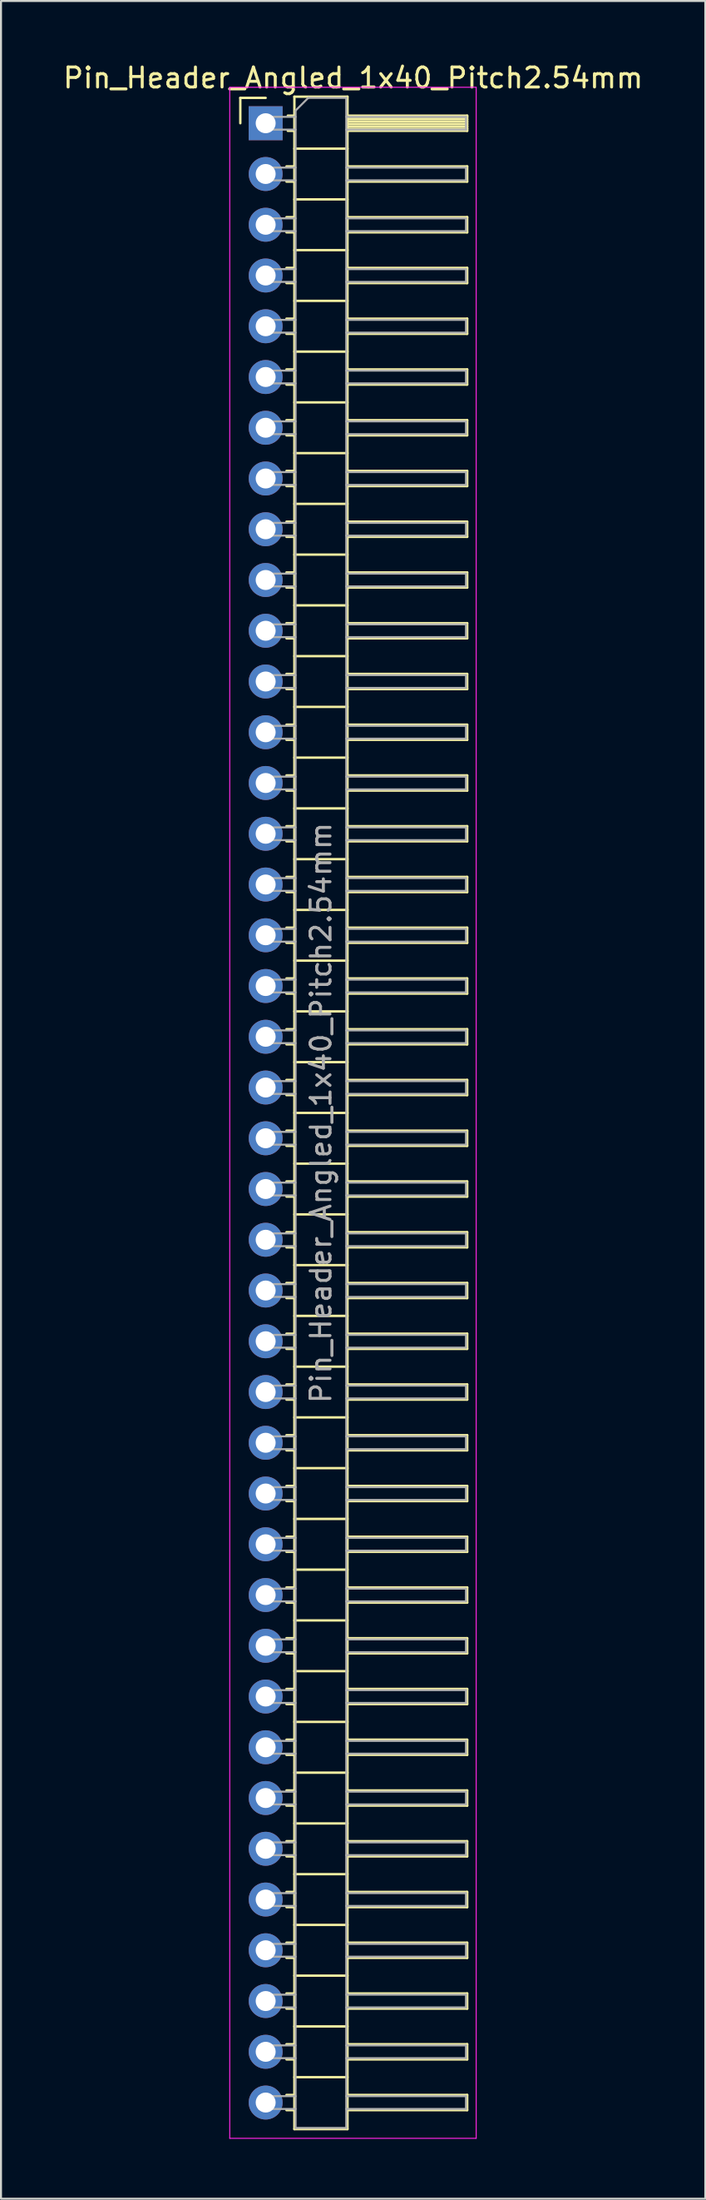
<source format=kicad_pcb>
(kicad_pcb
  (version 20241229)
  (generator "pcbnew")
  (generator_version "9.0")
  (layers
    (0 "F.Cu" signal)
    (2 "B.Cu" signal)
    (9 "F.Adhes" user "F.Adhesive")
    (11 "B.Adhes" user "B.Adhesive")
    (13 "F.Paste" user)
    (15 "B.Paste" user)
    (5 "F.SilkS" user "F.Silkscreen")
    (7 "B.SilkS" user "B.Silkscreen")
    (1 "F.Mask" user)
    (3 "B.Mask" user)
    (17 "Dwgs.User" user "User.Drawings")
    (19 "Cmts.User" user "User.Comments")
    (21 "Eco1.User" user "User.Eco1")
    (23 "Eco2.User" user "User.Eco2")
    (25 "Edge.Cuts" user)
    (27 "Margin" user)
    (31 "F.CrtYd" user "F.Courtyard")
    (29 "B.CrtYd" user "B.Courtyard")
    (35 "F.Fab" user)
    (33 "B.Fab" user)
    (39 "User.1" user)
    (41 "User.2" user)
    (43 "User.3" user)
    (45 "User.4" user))
  (footprint "Pin_Header_Angled_1x40_Pitch2.54mm"
    (layer "F.Cu")
    (at 10.264 3.118)
    (property "Reference" "Pin_Header_Angled_1x40_Pitch2.54mm" (at 4.385 -2.27 0) (layer "F.SilkS") (effects (font (size 1 1) (thickness 0.15))))
    (attr through_hole)
    (fp_line (start -1.27 -1.27) (end 0 -1.27) (stroke (width 0.12) (type solid)) (layer "F.SilkS"))
    (fp_line (start -1.27 0) (end -1.27 -1.27) (stroke (width 0.12) (type solid)) (layer "F.SilkS"))
    (fp_line (start 1.043 2.16) (end 1.44 2.16) (stroke (width 0.12) (type solid)) (layer "F.SilkS"))
    (fp_line (start 1.043 2.92) (end 1.44 2.92) (stroke (width 0.12) (type solid)) (layer "F.SilkS"))
    (fp_line (start 1.043 4.7) (end 1.44 4.7) (stroke (width 0.12) (type solid)) (layer "F.SilkS"))
    (fp_line (start 1.043 5.46) (end 1.44 5.46) (stroke (width 0.12) (type solid)) (layer "F.SilkS"))
    (fp_line (start 1.043 7.24) (end 1.44 7.24) (stroke (width 0.12) (type solid)) (layer "F.SilkS"))
    (fp_line (start 1.043 8) (end 1.44 8) (stroke (width 0.12) (type solid)) (layer "F.SilkS"))
    (fp_line (start 1.043 9.78) (end 1.44 9.78) (stroke (width 0.12) (type solid)) (layer "F.SilkS"))
    (fp_line (start 1.043 10.54) (end 1.44 10.54) (stroke (width 0.12) (type solid)) (layer "F.SilkS"))
    (fp_line (start 1.043 12.32) (end 1.44 12.32) (stroke (width 0.12) (type solid)) (layer "F.SilkS"))
    (fp_line (start 1.043 13.08) (end 1.44 13.08) (stroke (width 0.12) (type solid)) (layer "F.SilkS"))
    (fp_line (start 1.043 14.86) (end 1.44 14.86) (stroke (width 0.12) (type solid)) (layer "F.SilkS"))
    (fp_line (start 1.043 15.62) (end 1.44 15.62) (stroke (width 0.12) (type solid)) (layer "F.SilkS"))
    (fp_line (start 1.043 17.4) (end 1.44 17.4) (stroke (width 0.12) (type solid)) (layer "F.SilkS"))
    (fp_line (start 1.043 18.16) (end 1.44 18.16) (stroke (width 0.12) (type solid)) (layer "F.SilkS"))
    (fp_line (start 1.043 19.94) (end 1.44 19.94) (stroke (width 0.12) (type solid)) (layer "F.SilkS"))
    (fp_line (start 1.043 20.7) (end 1.44 20.7) (stroke (width 0.12) (type solid)) (layer "F.SilkS"))
    (fp_line (start 1.043 22.48) (end 1.44 22.48) (stroke (width 0.12) (type solid)) (layer "F.SilkS"))
    (fp_line (start 1.043 23.24) (end 1.44 23.24) (stroke (width 0.12) (type solid)) (layer "F.SilkS"))
    (fp_line (start 1.043 25.02) (end 1.44 25.02) (stroke (width 0.12) (type solid)) (layer "F.SilkS"))
    (fp_line (start 1.043 25.78) (end 1.44 25.78) (stroke (width 0.12) (type solid)) (layer "F.SilkS"))
    (fp_line (start 1.043 27.56) (end 1.44 27.56) (stroke (width 0.12) (type solid)) (layer "F.SilkS"))
    (fp_line (start 1.043 28.32) (end 1.44 28.32) (stroke (width 0.12) (type solid)) (layer "F.SilkS"))
    (fp_line (start 1.043 30.1) (end 1.44 30.1) (stroke (width 0.12) (type solid)) (layer "F.SilkS"))
    (fp_line (start 1.043 30.86) (end 1.44 30.86) (stroke (width 0.12) (type solid)) (layer "F.SilkS"))
    (fp_line (start 1.043 32.64) (end 1.44 32.64) (stroke (width 0.12) (type solid)) (layer "F.SilkS"))
    (fp_line (start 1.043 33.4) (end 1.44 33.4) (stroke (width 0.12) (type solid)) (layer "F.SilkS"))
    (fp_line (start 1.043 35.18) (end 1.44 35.18) (stroke (width 0.12) (type solid)) (layer "F.SilkS"))
    (fp_line (start 1.043 35.94) (end 1.44 35.94) (stroke (width 0.12) (type solid)) (layer "F.SilkS"))
    (fp_line (start 1.043 37.72) (end 1.44 37.72) (stroke (width 0.12) (type solid)) (layer "F.SilkS"))
    (fp_line (start 1.043 38.48) (end 1.44 38.48) (stroke (width 0.12) (type solid)) (layer "F.SilkS"))
    (fp_line (start 1.043 40.26) (end 1.44 40.26) (stroke (width 0.12) (type solid)) (layer "F.SilkS"))
    (fp_line (start 1.043 41.02) (end 1.44 41.02) (stroke (width 0.12) (type solid)) (layer "F.SilkS"))
    (fp_line (start 1.043 42.8) (end 1.44 42.8) (stroke (width 0.12) (type solid)) (layer "F.SilkS"))
    (fp_line (start 1.043 43.56) (end 1.44 43.56) (stroke (width 0.12) (type solid)) (layer "F.SilkS"))
    (fp_line (start 1.043 45.34) (end 1.44 45.34) (stroke (width 0.12) (type solid)) (layer "F.SilkS"))
    (fp_line (start 1.043 46.1) (end 1.44 46.1) (stroke (width 0.12) (type solid)) (layer "F.SilkS"))
    (fp_line (start 1.043 47.88) (end 1.44 47.88) (stroke (width 0.12) (type solid)) (layer "F.SilkS"))
    (fp_line (start 1.043 48.64) (end 1.44 48.64) (stroke (width 0.12) (type solid)) (layer "F.SilkS"))
    (fp_line (start 1.043 50.42) (end 1.44 50.42) (stroke (width 0.12) (type solid)) (layer "F.SilkS"))
    (fp_line (start 1.043 51.18) (end 1.44 51.18) (stroke (width 0.12) (type solid)) (layer "F.SilkS"))
    (fp_line (start 1.043 52.96) (end 1.44 52.96) (stroke (width 0.12) (type solid)) (layer "F.SilkS"))
    (fp_line (start 1.043 53.72) (end 1.44 53.72) (stroke (width 0.12) (type solid)) (layer "F.SilkS"))
    (fp_line (start 1.043 55.5) (end 1.44 55.5) (stroke (width 0.12) (type solid)) (layer "F.SilkS"))
    (fp_line (start 1.043 56.26) (end 1.44 56.26) (stroke (width 0.12) (type solid)) (layer "F.SilkS"))
    (fp_line (start 1.043 58.04) (end 1.44 58.04) (stroke (width 0.12) (type solid)) (layer "F.SilkS"))
    (fp_line (start 1.043 58.8) (end 1.44 58.8) (stroke (width 0.12) (type solid)) (layer "F.SilkS"))
    (fp_line (start 1.043 60.58) (end 1.44 60.58) (stroke (width 0.12) (type solid)) (layer "F.SilkS"))
    (fp_line (start 1.043 61.34) (end 1.44 61.34) (stroke (width 0.12) (type solid)) (layer "F.SilkS"))
    (fp_line (start 1.043 63.12) (end 1.44 63.12) (stroke (width 0.12) (type solid)) (layer "F.SilkS"))
    (fp_line (start 1.043 63.88) (end 1.44 63.88) (stroke (width 0.12) (type solid)) (layer "F.SilkS"))
    (fp_line (start 1.043 65.66) (end 1.44 65.66) (stroke (width 0.12) (type solid)) (layer "F.SilkS"))
    (fp_line (start 1.043 66.42) (end 1.44 66.42) (stroke (width 0.12) (type solid)) (layer "F.SilkS"))
    (fp_line (start 1.043 68.2) (end 1.44 68.2) (stroke (width 0.12) (type solid)) (layer "F.SilkS"))
    (fp_line (start 1.043 68.96) (end 1.44 68.96) (stroke (width 0.12) (type solid)) (layer "F.SilkS"))
    (fp_line (start 1.043 70.74) (end 1.44 70.74) (stroke (width 0.12) (type solid)) (layer "F.SilkS"))
    (fp_line (start 1.043 71.5) (end 1.44 71.5) (stroke (width 0.12) (type solid)) (layer "F.SilkS"))
    (fp_line (start 1.043 73.28) (end 1.44 73.28) (stroke (width 0.12) (type solid)) (layer "F.SilkS"))
    (fp_line (start 1.043 74.04) (end 1.44 74.04) (stroke (width 0.12) (type solid)) (layer "F.SilkS"))
    (fp_line (start 1.043 75.82) (end 1.44 75.82) (stroke (width 0.12) (type solid)) (layer "F.SilkS"))
    (fp_line (start 1.043 76.58) (end 1.44 76.58) (stroke (width 0.12) (type solid)) (layer "F.SilkS"))
    (fp_line (start 1.043 78.36) (end 1.44 78.36) (stroke (width 0.12) (type solid)) (layer "F.SilkS"))
    (fp_line (start 1.043 79.12) (end 1.44 79.12) (stroke (width 0.12) (type solid)) (layer "F.SilkS"))
    (fp_line (start 1.043 80.9) (end 1.44 80.9) (stroke (width 0.12) (type solid)) (layer "F.SilkS"))
    (fp_line (start 1.043 81.66) (end 1.44 81.66) (stroke (width 0.12) (type solid)) (layer "F.SilkS"))
    (fp_line (start 1.043 83.44) (end 1.44 83.44) (stroke (width 0.12) (type solid)) (layer "F.SilkS"))
    (fp_line (start 1.043 84.2) (end 1.44 84.2) (stroke (width 0.12) (type solid)) (layer "F.SilkS"))
    (fp_line (start 1.043 85.98) (end 1.44 85.98) (stroke (width 0.12) (type solid)) (layer "F.SilkS"))
    (fp_line (start 1.043 86.74) (end 1.44 86.74) (stroke (width 0.12) (type solid)) (layer "F.SilkS"))
    (fp_line (start 1.043 88.52) (end 1.44 88.52) (stroke (width 0.12) (type solid)) (layer "F.SilkS"))
    (fp_line (start 1.043 89.28) (end 1.44 89.28) (stroke (width 0.12) (type solid)) (layer "F.SilkS"))
    (fp_line (start 1.043 91.06) (end 1.44 91.06) (stroke (width 0.12) (type solid)) (layer "F.SilkS"))
    (fp_line (start 1.043 91.82) (end 1.44 91.82) (stroke (width 0.12) (type solid)) (layer "F.SilkS"))
    (fp_line (start 1.043 93.6) (end 1.44 93.6) (stroke (width 0.12) (type solid)) (layer "F.SilkS"))
    (fp_line (start 1.043 94.36) (end 1.44 94.36) (stroke (width 0.12) (type solid)) (layer "F.SilkS"))
    (fp_line (start 1.043 96.14) (end 1.44 96.14) (stroke (width 0.12) (type solid)) (layer "F.SilkS"))
    (fp_line (start 1.043 96.9) (end 1.44 96.9) (stroke (width 0.12) (type solid)) (layer "F.SilkS"))
    (fp_line (start 1.043 98.68) (end 1.44 98.68) (stroke (width 0.12) (type solid)) (layer "F.SilkS"))
    (fp_line (start 1.043 99.44) (end 1.44 99.44) (stroke (width 0.12) (type solid)) (layer "F.SilkS"))
    (fp_line (start 1.11 -0.38) (end 1.44 -0.38) (stroke (width 0.12) (type solid)) (layer "F.SilkS"))
    (fp_line (start 1.11 0.38) (end 1.44 0.38) (stroke (width 0.12) (type solid)) (layer "F.SilkS"))
    (fp_line (start 1.44 -1.33) (end 1.44 100.39) (stroke (width 0.12) (type solid)) (layer "F.SilkS"))
    (fp_line (start 1.44 1.27) (end 4.1 1.27) (stroke (width 0.12) (type solid)) (layer "F.SilkS"))
    (fp_line (start 1.44 3.81) (end 4.1 3.81) (stroke (width 0.12) (type solid)) (layer "F.SilkS"))
    (fp_line (start 1.44 6.35) (end 4.1 6.35) (stroke (width 0.12) (type solid)) (layer "F.SilkS"))
    (fp_line (start 1.44 8.89) (end 4.1 8.89) (stroke (width 0.12) (type solid)) (layer "F.SilkS"))
    (fp_line (start 1.44 11.43) (end 4.1 11.43) (stroke (width 0.12) (type solid)) (layer "F.SilkS"))
    (fp_line (start 1.44 13.97) (end 4.1 13.97) (stroke (width 0.12) (type solid)) (layer "F.SilkS"))
    (fp_line (start 1.44 16.51) (end 4.1 16.51) (stroke (width 0.12) (type solid)) (layer "F.SilkS"))
    (fp_line (start 1.44 19.05) (end 4.1 19.05) (stroke (width 0.12) (type solid)) (layer "F.SilkS"))
    (fp_line (start 1.44 21.59) (end 4.1 21.59) (stroke (width 0.12) (type solid)) (layer "F.SilkS"))
    (fp_line (start 1.44 24.13) (end 4.1 24.13) (stroke (width 0.12) (type solid)) (layer "F.SilkS"))
    (fp_line (start 1.44 26.67) (end 4.1 26.67) (stroke (width 0.12) (type solid)) (layer "F.SilkS"))
    (fp_line (start 1.44 29.21) (end 4.1 29.21) (stroke (width 0.12) (type solid)) (layer "F.SilkS"))
    (fp_line (start 1.44 31.75) (end 4.1 31.75) (stroke (width 0.12) (type solid)) (layer "F.SilkS"))
    (fp_line (start 1.44 34.29) (end 4.1 34.29) (stroke (width 0.12) (type solid)) (layer "F.SilkS"))
    (fp_line (start 1.44 36.83) (end 4.1 36.83) (stroke (width 0.12) (type solid)) (layer "F.SilkS"))
    (fp_line (start 1.44 39.37) (end 4.1 39.37) (stroke (width 0.12) (type solid)) (layer "F.SilkS"))
    (fp_line (start 1.44 41.91) (end 4.1 41.91) (stroke (width 0.12) (type solid)) (layer "F.SilkS"))
    (fp_line (start 1.44 44.45) (end 4.1 44.45) (stroke (width 0.12) (type solid)) (layer "F.SilkS"))
    (fp_line (start 1.44 46.99) (end 4.1 46.99) (stroke (width 0.12) (type solid)) (layer "F.SilkS"))
    (fp_line (start 1.44 49.53) (end 4.1 49.53) (stroke (width 0.12) (type solid)) (layer "F.SilkS"))
    (fp_line (start 1.44 52.07) (end 4.1 52.07) (stroke (width 0.12) (type solid)) (layer "F.SilkS"))
    (fp_line (start 1.44 54.61) (end 4.1 54.61) (stroke (width 0.12) (type solid)) (layer "F.SilkS"))
    (fp_line (start 1.44 57.15) (end 4.1 57.15) (stroke (width 0.12) (type solid)) (layer "F.SilkS"))
    (fp_line (start 1.44 59.69) (end 4.1 59.69) (stroke (width 0.12) (type solid)) (layer "F.SilkS"))
    (fp_line (start 1.44 62.23) (end 4.1 62.23) (stroke (width 0.12) (type solid)) (layer "F.SilkS"))
    (fp_line (start 1.44 64.77) (end 4.1 64.77) (stroke (width 0.12) (type solid)) (layer "F.SilkS"))
    (fp_line (start 1.44 67.31) (end 4.1 67.31) (stroke (width 0.12) (type solid)) (layer "F.SilkS"))
    (fp_line (start 1.44 69.85) (end 4.1 69.85) (stroke (width 0.12) (type solid)) (layer "F.SilkS"))
    (fp_line (start 1.44 72.39) (end 4.1 72.39) (stroke (width 0.12) (type solid)) (layer "F.SilkS"))
    (fp_line (start 1.44 74.93) (end 4.1 74.93) (stroke (width 0.12) (type solid)) (layer "F.SilkS"))
    (fp_line (start 1.44 77.47) (end 4.1 77.47) (stroke (width 0.12) (type solid)) (layer "F.SilkS"))
    (fp_line (start 1.44 80.01) (end 4.1 80.01) (stroke (width 0.12) (type solid)) (layer "F.SilkS"))
    (fp_line (start 1.44 82.55) (end 4.1 82.55) (stroke (width 0.12) (type solid)) (layer "F.SilkS"))
    (fp_line (start 1.44 85.09) (end 4.1 85.09) (stroke (width 0.12) (type solid)) (layer "F.SilkS"))
    (fp_line (start 1.44 87.63) (end 4.1 87.63) (stroke (width 0.12) (type solid)) (layer "F.SilkS"))
    (fp_line (start 1.44 90.17) (end 4.1 90.17) (stroke (width 0.12) (type solid)) (layer "F.SilkS"))
    (fp_line (start 1.44 92.71) (end 4.1 92.71) (stroke (width 0.12) (type solid)) (layer "F.SilkS"))
    (fp_line (start 1.44 95.25) (end 4.1 95.25) (stroke (width 0.12) (type solid)) (layer "F.SilkS"))
    (fp_line (start 1.44 97.79) (end 4.1 97.79) (stroke (width 0.12) (type solid)) (layer "F.SilkS"))
    (fp_line (start 1.44 100.39) (end 4.1 100.39) (stroke (width 0.12) (type solid)) (layer "F.SilkS"))
    (fp_line (start 4.1 -1.33) (end 1.44 -1.33) (stroke (width 0.12) (type solid)) (layer "F.SilkS"))
    (fp_line (start 4.1 -0.38) (end 10.1 -0.38) (stroke (width 0.12) (type solid)) (layer "F.SilkS"))
    (fp_line (start 4.1 -0.32) (end 10.1 -0.32) (stroke (width 0.12) (type solid)) (layer "F.SilkS"))
    (fp_line (start 4.1 -0.2) (end 10.1 -0.2) (stroke (width 0.12) (type solid)) (layer "F.SilkS"))
    (fp_line (start 4.1 -0.08) (end 10.1 -0.08) (stroke (width 0.12) (type solid)) (layer "F.SilkS"))
    (fp_line (start 4.1 0.04) (end 10.1 0.04) (stroke (width 0.12) (type solid)) (layer "F.SilkS"))
    (fp_line (start 4.1 0.16) (end 10.1 0.16) (stroke (width 0.12) (type solid)) (layer "F.SilkS"))
    (fp_line (start 4.1 0.28) (end 10.1 0.28) (stroke (width 0.12) (type solid)) (layer "F.SilkS"))
    (fp_line (start 4.1 2.16) (end 10.1 2.16) (stroke (width 0.12) (type solid)) (layer "F.SilkS"))
    (fp_line (start 4.1 4.7) (end 10.1 4.7) (stroke (width 0.12) (type solid)) (layer "F.SilkS"))
    (fp_line (start 4.1 7.24) (end 10.1 7.24) (stroke (width 0.12) (type solid)) (layer "F.SilkS"))
    (fp_line (start 4.1 9.78) (end 10.1 9.78) (stroke (width 0.12) (type solid)) (layer "F.SilkS"))
    (fp_line (start 4.1 12.32) (end 10.1 12.32) (stroke (width 0.12) (type solid)) (layer "F.SilkS"))
    (fp_line (start 4.1 14.86) (end 10.1 14.86) (stroke (width 0.12) (type solid)) (layer "F.SilkS"))
    (fp_line (start 4.1 17.4) (end 10.1 17.4) (stroke (width 0.12) (type solid)) (layer "F.SilkS"))
    (fp_line (start 4.1 19.94) (end 10.1 19.94) (stroke (width 0.12) (type solid)) (layer "F.SilkS"))
    (fp_line (start 4.1 22.48) (end 10.1 22.48) (stroke (width 0.12) (type solid)) (layer "F.SilkS"))
    (fp_line (start 4.1 25.02) (end 10.1 25.02) (stroke (width 0.12) (type solid)) (layer "F.SilkS"))
    (fp_line (start 4.1 27.56) (end 10.1 27.56) (stroke (width 0.12) (type solid)) (layer "F.SilkS"))
    (fp_line (start 4.1 30.1) (end 10.1 30.1) (stroke (width 0.12) (type solid)) (layer "F.SilkS"))
    (fp_line (start 4.1 32.64) (end 10.1 32.64) (stroke (width 0.12) (type solid)) (layer "F.SilkS"))
    (fp_line (start 4.1 35.18) (end 10.1 35.18) (stroke (width 0.12) (type solid)) (layer "F.SilkS"))
    (fp_line (start 4.1 37.72) (end 10.1 37.72) (stroke (width 0.12) (type solid)) (layer "F.SilkS"))
    (fp_line (start 4.1 40.26) (end 10.1 40.26) (stroke (width 0.12) (type solid)) (layer "F.SilkS"))
    (fp_line (start 4.1 42.8) (end 10.1 42.8) (stroke (width 0.12) (type solid)) (layer "F.SilkS"))
    (fp_line (start 4.1 45.34) (end 10.1 45.34) (stroke (width 0.12) (type solid)) (layer "F.SilkS"))
    (fp_line (start 4.1 47.88) (end 10.1 47.88) (stroke (width 0.12) (type solid)) (layer "F.SilkS"))
    (fp_line (start 4.1 50.42) (end 10.1 50.42) (stroke (width 0.12) (type solid)) (layer "F.SilkS"))
    (fp_line (start 4.1 52.96) (end 10.1 52.96) (stroke (width 0.12) (type solid)) (layer "F.SilkS"))
    (fp_line (start 4.1 55.5) (end 10.1 55.5) (stroke (width 0.12) (type solid)) (layer "F.SilkS"))
    (fp_line (start 4.1 58.04) (end 10.1 58.04) (stroke (width 0.12) (type solid)) (layer "F.SilkS"))
    (fp_line (start 4.1 60.58) (end 10.1 60.58) (stroke (width 0.12) (type solid)) (layer "F.SilkS"))
    (fp_line (start 4.1 63.12) (end 10.1 63.12) (stroke (width 0.12) (type solid)) (layer "F.SilkS"))
    (fp_line (start 4.1 65.66) (end 10.1 65.66) (stroke (width 0.12) (type solid)) (layer "F.SilkS"))
    (fp_line (start 4.1 68.2) (end 10.1 68.2) (stroke (width 0.12) (type solid)) (layer "F.SilkS"))
    (fp_line (start 4.1 70.74) (end 10.1 70.74) (stroke (width 0.12) (type solid)) (layer "F.SilkS"))
    (fp_line (start 4.1 73.28) (end 10.1 73.28) (stroke (width 0.12) (type solid)) (layer "F.SilkS"))
    (fp_line (start 4.1 75.82) (end 10.1 75.82) (stroke (width 0.12) (type solid)) (layer "F.SilkS"))
    (fp_line (start 4.1 78.36) (end 10.1 78.36) (stroke (width 0.12) (type solid)) (layer "F.SilkS"))
    (fp_line (start 4.1 80.9) (end 10.1 80.9) (stroke (width 0.12) (type solid)) (layer "F.SilkS"))
    (fp_line (start 4.1 83.44) (end 10.1 83.44) (stroke (width 0.12) (type solid)) (layer "F.SilkS"))
    (fp_line (start 4.1 85.98) (end 10.1 85.98) (stroke (width 0.12) (type solid)) (layer "F.SilkS"))
    (fp_line (start 4.1 88.52) (end 10.1 88.52) (stroke (width 0.12) (type solid)) (layer "F.SilkS"))
    (fp_line (start 4.1 91.06) (end 10.1 91.06) (stroke (width 0.12) (type solid)) (layer "F.SilkS"))
    (fp_line (start 4.1 93.6) (end 10.1 93.6) (stroke (width 0.12) (type solid)) (layer "F.SilkS"))
    (fp_line (start 4.1 96.14) (end 10.1 96.14) (stroke (width 0.12) (type solid)) (layer "F.SilkS"))
    (fp_line (start 4.1 98.68) (end 10.1 98.68) (stroke (width 0.12) (type solid)) (layer "F.SilkS"))
    (fp_line (start 4.1 100.39) (end 4.1 -1.33) (stroke (width 0.12) (type solid)) (layer "F.SilkS"))
    (fp_line (start 10.1 -0.38) (end 10.1 0.38) (stroke (width 0.12) (type solid)) (layer "F.SilkS"))
    (fp_line (start 10.1 0.38) (end 4.1 0.38) (stroke (width 0.12) (type solid)) (layer "F.SilkS"))
    (fp_line (start 10.1 2.16) (end 10.1 2.92) (stroke (width 0.12) (type solid)) (layer "F.SilkS"))
    (fp_line (start 10.1 2.92) (end 4.1 2.92) (stroke (width 0.12) (type solid)) (layer "F.SilkS"))
    (fp_line (start 10.1 4.7) (end 10.1 5.46) (stroke (width 0.12) (type solid)) (layer "F.SilkS"))
    (fp_line (start 10.1 5.46) (end 4.1 5.46) (stroke (width 0.12) (type solid)) (layer "F.SilkS"))
    (fp_line (start 10.1 7.24) (end 10.1 8) (stroke (width 0.12) (type solid)) (layer "F.SilkS"))
    (fp_line (start 10.1 8) (end 4.1 8) (stroke (width 0.12) (type solid)) (layer "F.SilkS"))
    (fp_line (start 10.1 9.78) (end 10.1 10.54) (stroke (width 0.12) (type solid)) (layer "F.SilkS"))
    (fp_line (start 10.1 10.54) (end 4.1 10.54) (stroke (width 0.12) (type solid)) (layer "F.SilkS"))
    (fp_line (start 10.1 12.32) (end 10.1 13.08) (stroke (width 0.12) (type solid)) (layer "F.SilkS"))
    (fp_line (start 10.1 13.08) (end 4.1 13.08) (stroke (width 0.12) (type solid)) (layer "F.SilkS"))
    (fp_line (start 10.1 14.86) (end 10.1 15.62) (stroke (width 0.12) (type solid)) (layer "F.SilkS"))
    (fp_line (start 10.1 15.62) (end 4.1 15.62) (stroke (width 0.12) (type solid)) (layer "F.SilkS"))
    (fp_line (start 10.1 17.4) (end 10.1 18.16) (stroke (width 0.12) (type solid)) (layer "F.SilkS"))
    (fp_line (start 10.1 18.16) (end 4.1 18.16) (stroke (width 0.12) (type solid)) (layer "F.SilkS"))
    (fp_line (start 10.1 19.94) (end 10.1 20.7) (stroke (width 0.12) (type solid)) (layer "F.SilkS"))
    (fp_line (start 10.1 20.7) (end 4.1 20.7) (stroke (width 0.12) (type solid)) (layer "F.SilkS"))
    (fp_line (start 10.1 22.48) (end 10.1 23.24) (stroke (width 0.12) (type solid)) (layer "F.SilkS"))
    (fp_line (start 10.1 23.24) (end 4.1 23.24) (stroke (width 0.12) (type solid)) (layer "F.SilkS"))
    (fp_line (start 10.1 25.02) (end 10.1 25.78) (stroke (width 0.12) (type solid)) (layer "F.SilkS"))
    (fp_line (start 10.1 25.78) (end 4.1 25.78) (stroke (width 0.12) (type solid)) (layer "F.SilkS"))
    (fp_line (start 10.1 27.56) (end 10.1 28.32) (stroke (width 0.12) (type solid)) (layer "F.SilkS"))
    (fp_line (start 10.1 28.32) (end 4.1 28.32) (stroke (width 0.12) (type solid)) (layer "F.SilkS"))
    (fp_line (start 10.1 30.1) (end 10.1 30.86) (stroke (width 0.12) (type solid)) (layer "F.SilkS"))
    (fp_line (start 10.1 30.86) (end 4.1 30.86) (stroke (width 0.12) (type solid)) (layer "F.SilkS"))
    (fp_line (start 10.1 32.64) (end 10.1 33.4) (stroke (width 0.12) (type solid)) (layer "F.SilkS"))
    (fp_line (start 10.1 33.4) (end 4.1 33.4) (stroke (width 0.12) (type solid)) (layer "F.SilkS"))
    (fp_line (start 10.1 35.18) (end 10.1 35.94) (stroke (width 0.12) (type solid)) (layer "F.SilkS"))
    (fp_line (start 10.1 35.94) (end 4.1 35.94) (stroke (width 0.12) (type solid)) (layer "F.SilkS"))
    (fp_line (start 10.1 37.72) (end 10.1 38.48) (stroke (width 0.12) (type solid)) (layer "F.SilkS"))
    (fp_line (start 10.1 38.48) (end 4.1 38.48) (stroke (width 0.12) (type solid)) (layer "F.SilkS"))
    (fp_line (start 10.1 40.26) (end 10.1 41.02) (stroke (width 0.12) (type solid)) (layer "F.SilkS"))
    (fp_line (start 10.1 41.02) (end 4.1 41.02) (stroke (width 0.12) (type solid)) (layer "F.SilkS"))
    (fp_line (start 10.1 42.8) (end 10.1 43.56) (stroke (width 0.12) (type solid)) (layer "F.SilkS"))
    (fp_line (start 10.1 43.56) (end 4.1 43.56) (stroke (width 0.12) (type solid)) (layer "F.SilkS"))
    (fp_line (start 10.1 45.34) (end 10.1 46.1) (stroke (width 0.12) (type solid)) (layer "F.SilkS"))
    (fp_line (start 10.1 46.1) (end 4.1 46.1) (stroke (width 0.12) (type solid)) (layer "F.SilkS"))
    (fp_line (start 10.1 47.88) (end 10.1 48.64) (stroke (width 0.12) (type solid)) (layer "F.SilkS"))
    (fp_line (start 10.1 48.64) (end 4.1 48.64) (stroke (width 0.12) (type solid)) (layer "F.SilkS"))
    (fp_line (start 10.1 50.42) (end 10.1 51.18) (stroke (width 0.12) (type solid)) (layer "F.SilkS"))
    (fp_line (start 10.1 51.18) (end 4.1 51.18) (stroke (width 0.12) (type solid)) (layer "F.SilkS"))
    (fp_line (start 10.1 52.96) (end 10.1 53.72) (stroke (width 0.12) (type solid)) (layer "F.SilkS"))
    (fp_line (start 10.1 53.72) (end 4.1 53.72) (stroke (width 0.12) (type solid)) (layer "F.SilkS"))
    (fp_line (start 10.1 55.5) (end 10.1 56.26) (stroke (width 0.12) (type solid)) (layer "F.SilkS"))
    (fp_line (start 10.1 56.26) (end 4.1 56.26) (stroke (width 0.12) (type solid)) (layer "F.SilkS"))
    (fp_line (start 10.1 58.04) (end 10.1 58.8) (stroke (width 0.12) (type solid)) (layer "F.SilkS"))
    (fp_line (start 10.1 58.8) (end 4.1 58.8) (stroke (width 0.12) (type solid)) (layer "F.SilkS"))
    (fp_line (start 10.1 60.58) (end 10.1 61.34) (stroke (width 0.12) (type solid)) (layer "F.SilkS"))
    (fp_line (start 10.1 61.34) (end 4.1 61.34) (stroke (width 0.12) (type solid)) (layer "F.SilkS"))
    (fp_line (start 10.1 63.12) (end 10.1 63.88) (stroke (width 0.12) (type solid)) (layer "F.SilkS"))
    (fp_line (start 10.1 63.88) (end 4.1 63.88) (stroke (width 0.12) (type solid)) (layer "F.SilkS"))
    (fp_line (start 10.1 65.66) (end 10.1 66.42) (stroke (width 0.12) (type solid)) (layer "F.SilkS"))
    (fp_line (start 10.1 66.42) (end 4.1 66.42) (stroke (width 0.12) (type solid)) (layer "F.SilkS"))
    (fp_line (start 10.1 68.2) (end 10.1 68.96) (stroke (width 0.12) (type solid)) (layer "F.SilkS"))
    (fp_line (start 10.1 68.96) (end 4.1 68.96) (stroke (width 0.12) (type solid)) (layer "F.SilkS"))
    (fp_line (start 10.1 70.74) (end 10.1 71.5) (stroke (width 0.12) (type solid)) (layer "F.SilkS"))
    (fp_line (start 10.1 71.5) (end 4.1 71.5) (stroke (width 0.12) (type solid)) (layer "F.SilkS"))
    (fp_line (start 10.1 73.28) (end 10.1 74.04) (stroke (width 0.12) (type solid)) (layer "F.SilkS"))
    (fp_line (start 10.1 74.04) (end 4.1 74.04) (stroke (width 0.12) (type solid)) (layer "F.SilkS"))
    (fp_line (start 10.1 75.82) (end 10.1 76.58) (stroke (width 0.12) (type solid)) (layer "F.SilkS"))
    (fp_line (start 10.1 76.58) (end 4.1 76.58) (stroke (width 0.12) (type solid)) (layer "F.SilkS"))
    (fp_line (start 10.1 78.36) (end 10.1 79.12) (stroke (width 0.12) (type solid)) (layer "F.SilkS"))
    (fp_line (start 10.1 79.12) (end 4.1 79.12) (stroke (width 0.12) (type solid)) (layer "F.SilkS"))
    (fp_line (start 10.1 80.9) (end 10.1 81.66) (stroke (width 0.12) (type solid)) (layer "F.SilkS"))
    (fp_line (start 10.1 81.66) (end 4.1 81.66) (stroke (width 0.12) (type solid)) (layer "F.SilkS"))
    (fp_line (start 10.1 83.44) (end 10.1 84.2) (stroke (width 0.12) (type solid)) (layer "F.SilkS"))
    (fp_line (start 10.1 84.2) (end 4.1 84.2) (stroke (width 0.12) (type solid)) (layer "F.SilkS"))
    (fp_line (start 10.1 85.98) (end 10.1 86.74) (stroke (width 0.12) (type solid)) (layer "F.SilkS"))
    (fp_line (start 10.1 86.74) (end 4.1 86.74) (stroke (width 0.12) (type solid)) (layer "F.SilkS"))
    (fp_line (start 10.1 88.52) (end 10.1 89.28) (stroke (width 0.12) (type solid)) (layer "F.SilkS"))
    (fp_line (start 10.1 89.28) (end 4.1 89.28) (stroke (width 0.12) (type solid)) (layer "F.SilkS"))
    (fp_line (start 10.1 91.06) (end 10.1 91.82) (stroke (width 0.12) (type solid)) (layer "F.SilkS"))
    (fp_line (start 10.1 91.82) (end 4.1 91.82) (stroke (width 0.12) (type solid)) (layer "F.SilkS"))
    (fp_line (start 10.1 93.6) (end 10.1 94.36) (stroke (width 0.12) (type solid)) (layer "F.SilkS"))
    (fp_line (start 10.1 94.36) (end 4.1 94.36) (stroke (width 0.12) (type solid)) (layer "F.SilkS"))
    (fp_line (start 10.1 96.14) (end 10.1 96.9) (stroke (width 0.12) (type solid)) (layer "F.SilkS"))
    (fp_line (start 10.1 96.9) (end 4.1 96.9) (stroke (width 0.12) (type solid)) (layer "F.SilkS"))
    (fp_line (start 10.1 98.68) (end 10.1 99.44) (stroke (width 0.12) (type solid)) (layer "F.SilkS"))
    (fp_line (start 10.1 99.44) (end 4.1 99.44) (stroke (width 0.12) (type solid)) (layer "F.SilkS"))
    (fp_line (start -1.8 -1.8) (end -1.8 100.85) (stroke (width 0.05) (type solid)) (layer "F.CrtYd"))
    (fp_line (start -1.8 100.85) (end 10.55 100.85) (stroke (width 0.05) (type solid)) (layer "F.CrtYd"))
    (fp_line (start 10.55 -1.8) (end -1.8 -1.8) (stroke (width 0.05) (type solid)) (layer "F.CrtYd"))
    (fp_line (start 10.55 100.85) (end 10.55 -1.8) (stroke (width 0.05) (type solid)) (layer "F.CrtYd"))
    (fp_line (start -0.32 -0.32) (end -0.32 0.32) (stroke (width 0.1) (type solid)) (layer "F.Fab"))
    (fp_line (start -0.32 -0.32) (end 1.5 -0.32) (stroke (width 0.1) (type solid)) (layer "F.Fab"))
    (fp_line (start -0.32 0.32) (end 1.5 0.32) (stroke (width 0.1) (type solid)) (layer "F.Fab"))
    (fp_line (start -0.32 2.22) (end -0.32 2.86) (stroke (width 0.1) (type solid)) (layer "F.Fab"))
    (fp_line (start -0.32 2.22) (end 1.5 2.22) (stroke (width 0.1) (type solid)) (layer "F.Fab"))
    (fp_line (start -0.32 2.86) (end 1.5 2.86) (stroke (width 0.1) (type solid)) (layer "F.Fab"))
    (fp_line (start -0.32 4.76) (end -0.32 5.4) (stroke (width 0.1) (type solid)) (layer "F.Fab"))
    (fp_line (start -0.32 4.76) (end 1.5 4.76) (stroke (width 0.1) (type solid)) (layer "F.Fab"))
    (fp_line (start -0.32 5.4) (end 1.5 5.4) (stroke (width 0.1) (type solid)) (layer "F.Fab"))
    (fp_line (start -0.32 7.3) (end -0.32 7.94) (stroke (width 0.1) (type solid)) (layer "F.Fab"))
    (fp_line (start -0.32 7.3) (end 1.5 7.3) (stroke (width 0.1) (type solid)) (layer "F.Fab"))
    (fp_line (start -0.32 7.94) (end 1.5 7.94) (stroke (width 0.1) (type solid)) (layer "F.Fab"))
    (fp_line (start -0.32 9.84) (end -0.32 10.48) (stroke (width 0.1) (type solid)) (layer "F.Fab"))
    (fp_line (start -0.32 9.84) (end 1.5 9.84) (stroke (width 0.1) (type solid)) (layer "F.Fab"))
    (fp_line (start -0.32 10.48) (end 1.5 10.48) (stroke (width 0.1) (type solid)) (layer "F.Fab"))
    (fp_line (start -0.32 12.38) (end -0.32 13.02) (stroke (width 0.1) (type solid)) (layer "F.Fab"))
    (fp_line (start -0.32 12.38) (end 1.5 12.38) (stroke (width 0.1) (type solid)) (layer "F.Fab"))
    (fp_line (start -0.32 13.02) (end 1.5 13.02) (stroke (width 0.1) (type solid)) (layer "F.Fab"))
    (fp_line (start -0.32 14.92) (end -0.32 15.56) (stroke (width 0.1) (type solid)) (layer "F.Fab"))
    (fp_line (start -0.32 14.92) (end 1.5 14.92) (stroke (width 0.1) (type solid)) (layer "F.Fab"))
    (fp_line (start -0.32 15.56) (end 1.5 15.56) (stroke (width 0.1) (type solid)) (layer "F.Fab"))
    (fp_line (start -0.32 17.46) (end -0.32 18.1) (stroke (width 0.1) (type solid)) (layer "F.Fab"))
    (fp_line (start -0.32 17.46) (end 1.5 17.46) (stroke (width 0.1) (type solid)) (layer "F.Fab"))
    (fp_line (start -0.32 18.1) (end 1.5 18.1) (stroke (width 0.1) (type solid)) (layer "F.Fab"))
    (fp_line (start -0.32 20) (end -0.32 20.64) (stroke (width 0.1) (type solid)) (layer "F.Fab"))
    (fp_line (start -0.32 20) (end 1.5 20) (stroke (width 0.1) (type solid)) (layer "F.Fab"))
    (fp_line (start -0.32 20.64) (end 1.5 20.64) (stroke (width 0.1) (type solid)) (layer "F.Fab"))
    (fp_line (start -0.32 22.54) (end -0.32 23.18) (stroke (width 0.1) (type solid)) (layer "F.Fab"))
    (fp_line (start -0.32 22.54) (end 1.5 22.54) (stroke (width 0.1) (type solid)) (layer "F.Fab"))
    (fp_line (start -0.32 23.18) (end 1.5 23.18) (stroke (width 0.1) (type solid)) (layer "F.Fab"))
    (fp_line (start -0.32 25.08) (end -0.32 25.72) (stroke (width 0.1) (type solid)) (layer "F.Fab"))
    (fp_line (start -0.32 25.08) (end 1.5 25.08) (stroke (width 0.1) (type solid)) (layer "F.Fab"))
    (fp_line (start -0.32 25.72) (end 1.5 25.72) (stroke (width 0.1) (type solid)) (layer "F.Fab"))
    (fp_line (start -0.32 27.62) (end -0.32 28.26) (stroke (width 0.1) (type solid)) (layer "F.Fab"))
    (fp_line (start -0.32 27.62) (end 1.5 27.62) (stroke (width 0.1) (type solid)) (layer "F.Fab"))
    (fp_line (start -0.32 28.26) (end 1.5 28.26) (stroke (width 0.1) (type solid)) (layer "F.Fab"))
    (fp_line (start -0.32 30.16) (end -0.32 30.8) (stroke (width 0.1) (type solid)) (layer "F.Fab"))
    (fp_line (start -0.32 30.16) (end 1.5 30.16) (stroke (width 0.1) (type solid)) (layer "F.Fab"))
    (fp_line (start -0.32 30.8) (end 1.5 30.8) (stroke (width 0.1) (type solid)) (layer "F.Fab"))
    (fp_line (start -0.32 32.7) (end -0.32 33.34) (stroke (width 0.1) (type solid)) (layer "F.Fab"))
    (fp_line (start -0.32 32.7) (end 1.5 32.7) (stroke (width 0.1) (type solid)) (layer "F.Fab"))
    (fp_line (start -0.32 33.34) (end 1.5 33.34) (stroke (width 0.1) (type solid)) (layer "F.Fab"))
    (fp_line (start -0.32 35.24) (end -0.32 35.88) (stroke (width 0.1) (type solid)) (layer "F.Fab"))
    (fp_line (start -0.32 35.24) (end 1.5 35.24) (stroke (width 0.1) (type solid)) (layer "F.Fab"))
    (fp_line (start -0.32 35.88) (end 1.5 35.88) (stroke (width 0.1) (type solid)) (layer "F.Fab"))
    (fp_line (start -0.32 37.78) (end -0.32 38.42) (stroke (width 0.1) (type solid)) (layer "F.Fab"))
    (fp_line (start -0.32 37.78) (end 1.5 37.78) (stroke (width 0.1) (type solid)) (layer "F.Fab"))
    (fp_line (start -0.32 38.42) (end 1.5 38.42) (stroke (width 0.1) (type solid)) (layer "F.Fab"))
    (fp_line (start -0.32 40.32) (end -0.32 40.96) (stroke (width 0.1) (type solid)) (layer "F.Fab"))
    (fp_line (start -0.32 40.32) (end 1.5 40.32) (stroke (width 0.1) (type solid)) (layer "F.Fab"))
    (fp_line (start -0.32 40.96) (end 1.5 40.96) (stroke (width 0.1) (type solid)) (layer "F.Fab"))
    (fp_line (start -0.32 42.86) (end -0.32 43.5) (stroke (width 0.1) (type solid)) (layer "F.Fab"))
    (fp_line (start -0.32 42.86) (end 1.5 42.86) (stroke (width 0.1) (type solid)) (layer "F.Fab"))
    (fp_line (start -0.32 43.5) (end 1.5 43.5) (stroke (width 0.1) (type solid)) (layer "F.Fab"))
    (fp_line (start -0.32 45.4) (end -0.32 46.04) (stroke (width 0.1) (type solid)) (layer "F.Fab"))
    (fp_line (start -0.32 45.4) (end 1.5 45.4) (stroke (width 0.1) (type solid)) (layer "F.Fab"))
    (fp_line (start -0.32 46.04) (end 1.5 46.04) (stroke (width 0.1) (type solid)) (layer "F.Fab"))
    (fp_line (start -0.32 47.94) (end -0.32 48.58) (stroke (width 0.1) (type solid)) (layer "F.Fab"))
    (fp_line (start -0.32 47.94) (end 1.5 47.94) (stroke (width 0.1) (type solid)) (layer "F.Fab"))
    (fp_line (start -0.32 48.58) (end 1.5 48.58) (stroke (width 0.1) (type solid)) (layer "F.Fab"))
    (fp_line (start -0.32 50.48) (end -0.32 51.12) (stroke (width 0.1) (type solid)) (layer "F.Fab"))
    (fp_line (start -0.32 50.48) (end 1.5 50.48) (stroke (width 0.1) (type solid)) (layer "F.Fab"))
    (fp_line (start -0.32 51.12) (end 1.5 51.12) (stroke (width 0.1) (type solid)) (layer "F.Fab"))
    (fp_line (start -0.32 53.02) (end -0.32 53.66) (stroke (width 0.1) (type solid)) (layer "F.Fab"))
    (fp_line (start -0.32 53.02) (end 1.5 53.02) (stroke (width 0.1) (type solid)) (layer "F.Fab"))
    (fp_line (start -0.32 53.66) (end 1.5 53.66) (stroke (width 0.1) (type solid)) (layer "F.Fab"))
    (fp_line (start -0.32 55.56) (end -0.32 56.2) (stroke (width 0.1) (type solid)) (layer "F.Fab"))
    (fp_line (start -0.32 55.56) (end 1.5 55.56) (stroke (width 0.1) (type solid)) (layer "F.Fab"))
    (fp_line (start -0.32 56.2) (end 1.5 56.2) (stroke (width 0.1) (type solid)) (layer "F.Fab"))
    (fp_line (start -0.32 58.1) (end -0.32 58.74) (stroke (width 0.1) (type solid)) (layer "F.Fab"))
    (fp_line (start -0.32 58.1) (end 1.5 58.1) (stroke (width 0.1) (type solid)) (layer "F.Fab"))
    (fp_line (start -0.32 58.74) (end 1.5 58.74) (stroke (width 0.1) (type solid)) (layer "F.Fab"))
    (fp_line (start -0.32 60.64) (end -0.32 61.28) (stroke (width 0.1) (type solid)) (layer "F.Fab"))
    (fp_line (start -0.32 60.64) (end 1.5 60.64) (stroke (width 0.1) (type solid)) (layer "F.Fab"))
    (fp_line (start -0.32 61.28) (end 1.5 61.28) (stroke (width 0.1) (type solid)) (layer "F.Fab"))
    (fp_line (start -0.32 63.18) (end -0.32 63.82) (stroke (width 0.1) (type solid)) (layer "F.Fab"))
    (fp_line (start -0.32 63.18) (end 1.5 63.18) (stroke (width 0.1) (type solid)) (layer "F.Fab"))
    (fp_line (start -0.32 63.82) (end 1.5 63.82) (stroke (width 0.1) (type solid)) (layer "F.Fab"))
    (fp_line (start -0.32 65.72) (end -0.32 66.36) (stroke (width 0.1) (type solid)) (layer "F.Fab"))
    (fp_line (start -0.32 65.72) (end 1.5 65.72) (stroke (width 0.1) (type solid)) (layer "F.Fab"))
    (fp_line (start -0.32 66.36) (end 1.5 66.36) (stroke (width 0.1) (type solid)) (layer "F.Fab"))
    (fp_line (start -0.32 68.26) (end -0.32 68.9) (stroke (width 0.1) (type solid)) (layer "F.Fab"))
    (fp_line (start -0.32 68.26) (end 1.5 68.26) (stroke (width 0.1) (type solid)) (layer "F.Fab"))
    (fp_line (start -0.32 68.9) (end 1.5 68.9) (stroke (width 0.1) (type solid)) (layer "F.Fab"))
    (fp_line (start -0.32 70.8) (end -0.32 71.44) (stroke (width 0.1) (type solid)) (layer "F.Fab"))
    (fp_line (start -0.32 70.8) (end 1.5 70.8) (stroke (width 0.1) (type solid)) (layer "F.Fab"))
    (fp_line (start -0.32 71.44) (end 1.5 71.44) (stroke (width 0.1) (type solid)) (layer "F.Fab"))
    (fp_line (start -0.32 73.34) (end -0.32 73.98) (stroke (width 0.1) (type solid)) (layer "F.Fab"))
    (fp_line (start -0.32 73.34) (end 1.5 73.34) (stroke (width 0.1) (type solid)) (layer "F.Fab"))
    (fp_line (start -0.32 73.98) (end 1.5 73.98) (stroke (width 0.1) (type solid)) (layer "F.Fab"))
    (fp_line (start -0.32 75.88) (end -0.32 76.52) (stroke (width 0.1) (type solid)) (layer "F.Fab"))
    (fp_line (start -0.32 75.88) (end 1.5 75.88) (stroke (width 0.1) (type solid)) (layer "F.Fab"))
    (fp_line (start -0.32 76.52) (end 1.5 76.52) (stroke (width 0.1) (type solid)) (layer "F.Fab"))
    (fp_line (start -0.32 78.42) (end -0.32 79.06) (stroke (width 0.1) (type solid)) (layer "F.Fab"))
    (fp_line (start -0.32 78.42) (end 1.5 78.42) (stroke (width 0.1) (type solid)) (layer "F.Fab"))
    (fp_line (start -0.32 79.06) (end 1.5 79.06) (stroke (width 0.1) (type solid)) (layer "F.Fab"))
    (fp_line (start -0.32 80.96) (end -0.32 81.6) (stroke (width 0.1) (type solid)) (layer "F.Fab"))
    (fp_line (start -0.32 80.96) (end 1.5 80.96) (stroke (width 0.1) (type solid)) (layer "F.Fab"))
    (fp_line (start -0.32 81.6) (end 1.5 81.6) (stroke (width 0.1) (type solid)) (layer "F.Fab"))
    (fp_line (start -0.32 83.5) (end -0.32 84.14) (stroke (width 0.1) (type solid)) (layer "F.Fab"))
    (fp_line (start -0.32 83.5) (end 1.5 83.5) (stroke (width 0.1) (type solid)) (layer "F.Fab"))
    (fp_line (start -0.32 84.14) (end 1.5 84.14) (stroke (width 0.1) (type solid)) (layer "F.Fab"))
    (fp_line (start -0.32 86.04) (end -0.32 86.68) (stroke (width 0.1) (type solid)) (layer "F.Fab"))
    (fp_line (start -0.32 86.04) (end 1.5 86.04) (stroke (width 0.1) (type solid)) (layer "F.Fab"))
    (fp_line (start -0.32 86.68) (end 1.5 86.68) (stroke (width 0.1) (type solid)) (layer "F.Fab"))
    (fp_line (start -0.32 88.58) (end -0.32 89.22) (stroke (width 0.1) (type solid)) (layer "F.Fab"))
    (fp_line (start -0.32 88.58) (end 1.5 88.58) (stroke (width 0.1) (type solid)) (layer "F.Fab"))
    (fp_line (start -0.32 89.22) (end 1.5 89.22) (stroke (width 0.1) (type solid)) (layer "F.Fab"))
    (fp_line (start -0.32 91.12) (end -0.32 91.76) (stroke (width 0.1) (type solid)) (layer "F.Fab"))
    (fp_line (start -0.32 91.12) (end 1.5 91.12) (stroke (width 0.1) (type solid)) (layer "F.Fab"))
    (fp_line (start -0.32 91.76) (end 1.5 91.76) (stroke (width 0.1) (type solid)) (layer "F.Fab"))
    (fp_line (start -0.32 93.66) (end -0.32 94.3) (stroke (width 0.1) (type solid)) (layer "F.Fab"))
    (fp_line (start -0.32 93.66) (end 1.5 93.66) (stroke (width 0.1) (type solid)) (layer "F.Fab"))
    (fp_line (start -0.32 94.3) (end 1.5 94.3) (stroke (width 0.1) (type solid)) (layer "F.Fab"))
    (fp_line (start -0.32 96.2) (end -0.32 96.84) (stroke (width 0.1) (type solid)) (layer "F.Fab"))
    (fp_line (start -0.32 96.2) (end 1.5 96.2) (stroke (width 0.1) (type solid)) (layer "F.Fab"))
    (fp_line (start -0.32 96.84) (end 1.5 96.84) (stroke (width 0.1) (type solid)) (layer "F.Fab"))
    (fp_line (start -0.32 98.74) (end -0.32 99.38) (stroke (width 0.1) (type solid)) (layer "F.Fab"))
    (fp_line (start -0.32 98.74) (end 1.5 98.74) (stroke (width 0.1) (type solid)) (layer "F.Fab"))
    (fp_line (start -0.32 99.38) (end 1.5 99.38) (stroke (width 0.1) (type solid)) (layer "F.Fab"))
    (fp_line (start 1.5 -0.635) (end 2.135 -1.27) (stroke (width 0.1) (type solid)) (layer "F.Fab"))
    (fp_line (start 1.5 100.33) (end 1.5 -0.635) (stroke (width 0.1) (type solid)) (layer "F.Fab"))
    (fp_line (start 2.135 -1.27) (end 4.04 -1.27) (stroke (width 0.1) (type solid)) (layer "F.Fab"))
    (fp_line (start 4.04 -1.27) (end 4.04 100.33) (stroke (width 0.1) (type solid)) (layer "F.Fab"))
    (fp_line (start 4.04 -0.32) (end 10.04 -0.32) (stroke (width 0.1) (type solid)) (layer "F.Fab"))
    (fp_line (start 4.04 0.32) (end 10.04 0.32) (stroke (width 0.1) (type solid)) (layer "F.Fab"))
    (fp_line (start 4.04 2.22) (end 10.04 2.22) (stroke (width 0.1) (type solid)) (layer "F.Fab"))
    (fp_line (start 4.04 2.86) (end 10.04 2.86) (stroke (width 0.1) (type solid)) (layer "F.Fab"))
    (fp_line (start 4.04 4.76) (end 10.04 4.76) (stroke (width 0.1) (type solid)) (layer "F.Fab"))
    (fp_line (start 4.04 5.4) (end 10.04 5.4) (stroke (width 0.1) (type solid)) (layer "F.Fab"))
    (fp_line (start 4.04 7.3) (end 10.04 7.3) (stroke (width 0.1) (type solid)) (layer "F.Fab"))
    (fp_line (start 4.04 7.94) (end 10.04 7.94) (stroke (width 0.1) (type solid)) (layer "F.Fab"))
    (fp_line (start 4.04 9.84) (end 10.04 9.84) (stroke (width 0.1) (type solid)) (layer "F.Fab"))
    (fp_line (start 4.04 10.48) (end 10.04 10.48) (stroke (width 0.1) (type solid)) (layer "F.Fab"))
    (fp_line (start 4.04 12.38) (end 10.04 12.38) (stroke (width 0.1) (type solid)) (layer "F.Fab"))
    (fp_line (start 4.04 13.02) (end 10.04 13.02) (stroke (width 0.1) (type solid)) (layer "F.Fab"))
    (fp_line (start 4.04 14.92) (end 10.04 14.92) (stroke (width 0.1) (type solid)) (layer "F.Fab"))
    (fp_line (start 4.04 15.56) (end 10.04 15.56) (stroke (width 0.1) (type solid)) (layer "F.Fab"))
    (fp_line (start 4.04 17.46) (end 10.04 17.46) (stroke (width 0.1) (type solid)) (layer "F.Fab"))
    (fp_line (start 4.04 18.1) (end 10.04 18.1) (stroke (width 0.1) (type solid)) (layer "F.Fab"))
    (fp_line (start 4.04 20) (end 10.04 20) (stroke (width 0.1) (type solid)) (layer "F.Fab"))
    (fp_line (start 4.04 20.64) (end 10.04 20.64) (stroke (width 0.1) (type solid)) (layer "F.Fab"))
    (fp_line (start 4.04 22.54) (end 10.04 22.54) (stroke (width 0.1) (type solid)) (layer "F.Fab"))
    (fp_line (start 4.04 23.18) (end 10.04 23.18) (stroke (width 0.1) (type solid)) (layer "F.Fab"))
    (fp_line (start 4.04 25.08) (end 10.04 25.08) (stroke (width 0.1) (type solid)) (layer "F.Fab"))
    (fp_line (start 4.04 25.72) (end 10.04 25.72) (stroke (width 0.1) (type solid)) (layer "F.Fab"))
    (fp_line (start 4.04 27.62) (end 10.04 27.62) (stroke (width 0.1) (type solid)) (layer "F.Fab"))
    (fp_line (start 4.04 28.26) (end 10.04 28.26) (stroke (width 0.1) (type solid)) (layer "F.Fab"))
    (fp_line (start 4.04 30.16) (end 10.04 30.16) (stroke (width 0.1) (type solid)) (layer "F.Fab"))
    (fp_line (start 4.04 30.8) (end 10.04 30.8) (stroke (width 0.1) (type solid)) (layer "F.Fab"))
    (fp_line (start 4.04 32.7) (end 10.04 32.7) (stroke (width 0.1) (type solid)) (layer "F.Fab"))
    (fp_line (start 4.04 33.34) (end 10.04 33.34) (stroke (width 0.1) (type solid)) (layer "F.Fab"))
    (fp_line (start 4.04 35.24) (end 10.04 35.24) (stroke (width 0.1) (type solid)) (layer "F.Fab"))
    (fp_line (start 4.04 35.88) (end 10.04 35.88) (stroke (width 0.1) (type solid)) (layer "F.Fab"))
    (fp_line (start 4.04 37.78) (end 10.04 37.78) (stroke (width 0.1) (type solid)) (layer "F.Fab"))
    (fp_line (start 4.04 38.42) (end 10.04 38.42) (stroke (width 0.1) (type solid)) (layer "F.Fab"))
    (fp_line (start 4.04 40.32) (end 10.04 40.32) (stroke (width 0.1) (type solid)) (layer "F.Fab"))
    (fp_line (start 4.04 40.96) (end 10.04 40.96) (stroke (width 0.1) (type solid)) (layer "F.Fab"))
    (fp_line (start 4.04 42.86) (end 10.04 42.86) (stroke (width 0.1) (type solid)) (layer "F.Fab"))
    (fp_line (start 4.04 43.5) (end 10.04 43.5) (stroke (width 0.1) (type solid)) (layer "F.Fab"))
    (fp_line (start 4.04 45.4) (end 10.04 45.4) (stroke (width 0.1) (type solid)) (layer "F.Fab"))
    (fp_line (start 4.04 46.04) (end 10.04 46.04) (stroke (width 0.1) (type solid)) (layer "F.Fab"))
    (fp_line (start 4.04 47.94) (end 10.04 47.94) (stroke (width 0.1) (type solid)) (layer "F.Fab"))
    (fp_line (start 4.04 48.58) (end 10.04 48.58) (stroke (width 0.1) (type solid)) (layer "F.Fab"))
    (fp_line (start 4.04 50.48) (end 10.04 50.48) (stroke (width 0.1) (type solid)) (layer "F.Fab"))
    (fp_line (start 4.04 51.12) (end 10.04 51.12) (stroke (width 0.1) (type solid)) (layer "F.Fab"))
    (fp_line (start 4.04 53.02) (end 10.04 53.02) (stroke (width 0.1) (type solid)) (layer "F.Fab"))
    (fp_line (start 4.04 53.66) (end 10.04 53.66) (stroke (width 0.1) (type solid)) (layer "F.Fab"))
    (fp_line (start 4.04 55.56) (end 10.04 55.56) (stroke (width 0.1) (type solid)) (layer "F.Fab"))
    (fp_line (start 4.04 56.2) (end 10.04 56.2) (stroke (width 0.1) (type solid)) (layer "F.Fab"))
    (fp_line (start 4.04 58.1) (end 10.04 58.1) (stroke (width 0.1) (type solid)) (layer "F.Fab"))
    (fp_line (start 4.04 58.74) (end 10.04 58.74) (stroke (width 0.1) (type solid)) (layer "F.Fab"))
    (fp_line (start 4.04 60.64) (end 10.04 60.64) (stroke (width 0.1) (type solid)) (layer "F.Fab"))
    (fp_line (start 4.04 61.28) (end 10.04 61.28) (stroke (width 0.1) (type solid)) (layer "F.Fab"))
    (fp_line (start 4.04 63.18) (end 10.04 63.18) (stroke (width 0.1) (type solid)) (layer "F.Fab"))
    (fp_line (start 4.04 63.82) (end 10.04 63.82) (stroke (width 0.1) (type solid)) (layer "F.Fab"))
    (fp_line (start 4.04 65.72) (end 10.04 65.72) (stroke (width 0.1) (type solid)) (layer "F.Fab"))
    (fp_line (start 4.04 66.36) (end 10.04 66.36) (stroke (width 0.1) (type solid)) (layer "F.Fab"))
    (fp_line (start 4.04 68.26) (end 10.04 68.26) (stroke (width 0.1) (type solid)) (layer "F.Fab"))
    (fp_line (start 4.04 68.9) (end 10.04 68.9) (stroke (width 0.1) (type solid)) (layer "F.Fab"))
    (fp_line (start 4.04 70.8) (end 10.04 70.8) (stroke (width 0.1) (type solid)) (layer "F.Fab"))
    (fp_line (start 4.04 71.44) (end 10.04 71.44) (stroke (width 0.1) (type solid)) (layer "F.Fab"))
    (fp_line (start 4.04 73.34) (end 10.04 73.34) (stroke (width 0.1) (type solid)) (layer "F.Fab"))
    (fp_line (start 4.04 73.98) (end 10.04 73.98) (stroke (width 0.1) (type solid)) (layer "F.Fab"))
    (fp_line (start 4.04 75.88) (end 10.04 75.88) (stroke (width 0.1) (type solid)) (layer "F.Fab"))
    (fp_line (start 4.04 76.52) (end 10.04 76.52) (stroke (width 0.1) (type solid)) (layer "F.Fab"))
    (fp_line (start 4.04 78.42) (end 10.04 78.42) (stroke (width 0.1) (type solid)) (layer "F.Fab"))
    (fp_line (start 4.04 79.06) (end 10.04 79.06) (stroke (width 0.1) (type solid)) (layer "F.Fab"))
    (fp_line (start 4.04 80.96) (end 10.04 80.96) (stroke (width 0.1) (type solid)) (layer "F.Fab"))
    (fp_line (start 4.04 81.6) (end 10.04 81.6) (stroke (width 0.1) (type solid)) (layer "F.Fab"))
    (fp_line (start 4.04 83.5) (end 10.04 83.5) (stroke (width 0.1) (type solid)) (layer "F.Fab"))
    (fp_line (start 4.04 84.14) (end 10.04 84.14) (stroke (width 0.1) (type solid)) (layer "F.Fab"))
    (fp_line (start 4.04 86.04) (end 10.04 86.04) (stroke (width 0.1) (type solid)) (layer "F.Fab"))
    (fp_line (start 4.04 86.68) (end 10.04 86.68) (stroke (width 0.1) (type solid)) (layer "F.Fab"))
    (fp_line (start 4.04 88.58) (end 10.04 88.58) (stroke (width 0.1) (type solid)) (layer "F.Fab"))
    (fp_line (start 4.04 89.22) (end 10.04 89.22) (stroke (width 0.1) (type solid)) (layer "F.Fab"))
    (fp_line (start 4.04 91.12) (end 10.04 91.12) (stroke (width 0.1) (type solid)) (layer "F.Fab"))
    (fp_line (start 4.04 91.76) (end 10.04 91.76) (stroke (width 0.1) (type solid)) (layer "F.Fab"))
    (fp_line (start 4.04 93.66) (end 10.04 93.66) (stroke (width 0.1) (type solid)) (layer "F.Fab"))
    (fp_line (start 4.04 94.3) (end 10.04 94.3) (stroke (width 0.1) (type solid)) (layer "F.Fab"))
    (fp_line (start 4.04 96.2) (end 10.04 96.2) (stroke (width 0.1) (type solid)) (layer "F.Fab"))
    (fp_line (start 4.04 96.84) (end 10.04 96.84) (stroke (width 0.1) (type solid)) (layer "F.Fab"))
    (fp_line (start 4.04 98.74) (end 10.04 98.74) (stroke (width 0.1) (type solid)) (layer "F.Fab"))
    (fp_line (start 4.04 99.38) (end 10.04 99.38) (stroke (width 0.1) (type solid)) (layer "F.Fab"))
    (fp_line (start 4.04 100.33) (end 1.5 100.33) (stroke (width 0.1) (type solid)) (layer "F.Fab"))
    (fp_line (start 10.04 -0.32) (end 10.04 0.32) (stroke (width 0.1) (type solid)) (layer "F.Fab"))
    (fp_line (start 10.04 2.22) (end 10.04 2.86) (stroke (width 0.1) (type solid)) (layer "F.Fab"))
    (fp_line (start 10.04 4.76) (end 10.04 5.4) (stroke (width 0.1) (type solid)) (layer "F.Fab"))
    (fp_line (start 10.04 7.3) (end 10.04 7.94) (stroke (width 0.1) (type solid)) (layer "F.Fab"))
    (fp_line (start 10.04 9.84) (end 10.04 10.48) (stroke (width 0.1) (type solid)) (layer "F.Fab"))
    (fp_line (start 10.04 12.38) (end 10.04 13.02) (stroke (width 0.1) (type solid)) (layer "F.Fab"))
    (fp_line (start 10.04 14.92) (end 10.04 15.56) (stroke (width 0.1) (type solid)) (layer "F.Fab"))
    (fp_line (start 10.04 17.46) (end 10.04 18.1) (stroke (width 0.1) (type solid)) (layer "F.Fab"))
    (fp_line (start 10.04 20) (end 10.04 20.64) (stroke (width 0.1) (type solid)) (layer "F.Fab"))
    (fp_line (start 10.04 22.54) (end 10.04 23.18) (stroke (width 0.1) (type solid)) (layer "F.Fab"))
    (fp_line (start 10.04 25.08) (end 10.04 25.72) (stroke (width 0.1) (type solid)) (layer "F.Fab"))
    (fp_line (start 10.04 27.62) (end 10.04 28.26) (stroke (width 0.1) (type solid)) (layer "F.Fab"))
    (fp_line (start 10.04 30.16) (end 10.04 30.8) (stroke (width 0.1) (type solid)) (layer "F.Fab"))
    (fp_line (start 10.04 32.7) (end 10.04 33.34) (stroke (width 0.1) (type solid)) (layer "F.Fab"))
    (fp_line (start 10.04 35.24) (end 10.04 35.88) (stroke (width 0.1) (type solid)) (layer "F.Fab"))
    (fp_line (start 10.04 37.78) (end 10.04 38.42) (stroke (width 0.1) (type solid)) (layer "F.Fab"))
    (fp_line (start 10.04 40.32) (end 10.04 40.96) (stroke (width 0.1) (type solid)) (layer "F.Fab"))
    (fp_line (start 10.04 42.86) (end 10.04 43.5) (stroke (width 0.1) (type solid)) (layer "F.Fab"))
    (fp_line (start 10.04 45.4) (end 10.04 46.04) (stroke (width 0.1) (type solid)) (layer "F.Fab"))
    (fp_line (start 10.04 47.94) (end 10.04 48.58) (stroke (width 0.1) (type solid)) (layer "F.Fab"))
    (fp_line (start 10.04 50.48) (end 10.04 51.12) (stroke (width 0.1) (type solid)) (layer "F.Fab"))
    (fp_line (start 10.04 53.02) (end 10.04 53.66) (stroke (width 0.1) (type solid)) (layer "F.Fab"))
    (fp_line (start 10.04 55.56) (end 10.04 56.2) (stroke (width 0.1) (type solid)) (layer "F.Fab"))
    (fp_line (start 10.04 58.1) (end 10.04 58.74) (stroke (width 0.1) (type solid)) (layer "F.Fab"))
    (fp_line (start 10.04 60.64) (end 10.04 61.28) (stroke (width 0.1) (type solid)) (layer "F.Fab"))
    (fp_line (start 10.04 63.18) (end 10.04 63.82) (stroke (width 0.1) (type solid)) (layer "F.Fab"))
    (fp_line (start 10.04 65.72) (end 10.04 66.36) (stroke (width 0.1) (type solid)) (layer "F.Fab"))
    (fp_line (start 10.04 68.26) (end 10.04 68.9) (stroke (width 0.1) (type solid)) (layer "F.Fab"))
    (fp_line (start 10.04 70.8) (end 10.04 71.44) (stroke (width 0.1) (type solid)) (layer "F.Fab"))
    (fp_line (start 10.04 73.34) (end 10.04 73.98) (stroke (width 0.1) (type solid)) (layer "F.Fab"))
    (fp_line (start 10.04 75.88) (end 10.04 76.52) (stroke (width 0.1) (type solid)) (layer "F.Fab"))
    (fp_line (start 10.04 78.42) (end 10.04 79.06) (stroke (width 0.1) (type solid)) (layer "F.Fab"))
    (fp_line (start 10.04 80.96) (end 10.04 81.6) (stroke (width 0.1) (type solid)) (layer "F.Fab"))
    (fp_line (start 10.04 83.5) (end 10.04 84.14) (stroke (width 0.1) (type solid)) (layer "F.Fab"))
    (fp_line (start 10.04 86.04) (end 10.04 86.68) (stroke (width 0.1) (type solid)) (layer "F.Fab"))
    (fp_line (start 10.04 88.58) (end 10.04 89.22) (stroke (width 0.1) (type solid)) (layer "F.Fab"))
    (fp_line (start 10.04 91.12) (end 10.04 91.76) (stroke (width 0.1) (type solid)) (layer "F.Fab"))
    (fp_line (start 10.04 93.66) (end 10.04 94.3) (stroke (width 0.1) (type solid)) (layer "F.Fab"))
    (fp_line (start 10.04 96.2) (end 10.04 96.84) (stroke (width 0.1) (type solid)) (layer "F.Fab"))
    (fp_line (start 10.04 98.74) (end 10.04 99.38) (stroke (width 0.1) (type solid)) (layer "F.Fab"))
    (fp_text user "${REFERENCE}" (at 2.77 49.53 90) (layer "F.Fab") (effects (font (size 1 1) (thickness 0.15))))
    (pad "1" thru_hole rect (at 0 0) (size 1.7 1.7) (drill 1) (layers "*.Cu" "*.Mask"))
    (pad "2" thru_hole oval (at 0 2.54) (size 1.7 1.7) (drill 1) (layers "*.Cu" "*.Mask"))
    (pad "3" thru_hole oval (at 0 5.08) (size 1.7 1.7) (drill 1) (layers "*.Cu" "*.Mask"))
    (pad "4" thru_hole oval (at 0 7.62) (size 1.7 1.7) (drill 1) (layers "*.Cu" "*.Mask"))
    (pad "5" thru_hole oval (at 0 10.16) (size 1.7 1.7) (drill 1) (layers "*.Cu" "*.Mask"))
    (pad "6" thru_hole oval (at 0 12.7) (size 1.7 1.7) (drill 1) (layers "*.Cu" "*.Mask"))
    (pad "7" thru_hole oval (at 0 15.24) (size 1.7 1.7) (drill 1) (layers "*.Cu" "*.Mask"))
    (pad "8" thru_hole oval (at 0 17.78) (size 1.7 1.7) (drill 1) (layers "*.Cu" "*.Mask"))
    (pad "9" thru_hole oval (at 0 20.32) (size 1.7 1.7) (drill 1) (layers "*.Cu" "*.Mask"))
    (pad "10" thru_hole oval (at 0 22.86) (size 1.7 1.7) (drill 1) (layers "*.Cu" "*.Mask"))
    (pad "11" thru_hole oval (at 0 25.4) (size 1.7 1.7) (drill 1) (layers "*.Cu" "*.Mask"))
    (pad "12" thru_hole oval (at 0 27.94) (size 1.7 1.7) (drill 1) (layers "*.Cu" "*.Mask"))
    (pad "13" thru_hole oval (at 0 30.48) (size 1.7 1.7) (drill 1) (layers "*.Cu" "*.Mask"))
    (pad "14" thru_hole oval (at 0 33.02) (size 1.7 1.7) (drill 1) (layers "*.Cu" "*.Mask"))
    (pad "15" thru_hole oval (at 0 35.56) (size 1.7 1.7) (drill 1) (layers "*.Cu" "*.Mask"))
    (pad "16" thru_hole oval (at 0 38.1) (size 1.7 1.7) (drill 1) (layers "*.Cu" "*.Mask"))
    (pad "17" thru_hole oval (at 0 40.64) (size 1.7 1.7) (drill 1) (layers "*.Cu" "*.Mask"))
    (pad "18" thru_hole oval (at 0 43.18) (size 1.7 1.7) (drill 1) (layers "*.Cu" "*.Mask"))
    (pad "19" thru_hole oval (at 0 45.72) (size 1.7 1.7) (drill 1) (layers "*.Cu" "*.Mask"))
    (pad "20" thru_hole oval (at 0 48.26) (size 1.7 1.7) (drill 1) (layers "*.Cu" "*.Mask"))
    (pad "21" thru_hole oval (at 0 50.8) (size 1.7 1.7) (drill 1) (layers "*.Cu" "*.Mask"))
    (pad "22" thru_hole oval (at 0 53.34) (size 1.7 1.7) (drill 1) (layers "*.Cu" "*.Mask"))
    (pad "23" thru_hole oval (at 0 55.88) (size 1.7 1.7) (drill 1) (layers "*.Cu" "*.Mask"))
    (pad "24" thru_hole oval (at 0 58.42) (size 1.7 1.7) (drill 1) (layers "*.Cu" "*.Mask"))
    (pad "25" thru_hole oval (at 0 60.96) (size 1.7 1.7) (drill 1) (layers "*.Cu" "*.Mask"))
    (pad "26" thru_hole oval (at 0 63.5) (size 1.7 1.7) (drill 1) (layers "*.Cu" "*.Mask"))
    (pad "27" thru_hole oval (at 0 66.04) (size 1.7 1.7) (drill 1) (layers "*.Cu" "*.Mask"))
    (pad "28" thru_hole oval (at 0 68.58) (size 1.7 1.7) (drill 1) (layers "*.Cu" "*.Mask"))
    (pad "29" thru_hole oval (at 0 71.12) (size 1.7 1.7) (drill 1) (layers "*.Cu" "*.Mask"))
    (pad "30" thru_hole oval (at 0 73.66) (size 1.7 1.7) (drill 1) (layers "*.Cu" "*.Mask"))
    (pad "31" thru_hole oval (at 0 76.2) (size 1.7 1.7) (drill 1) (layers "*.Cu" "*.Mask"))
    (pad "32" thru_hole oval (at 0 78.74) (size 1.7 1.7) (drill 1) (layers "*.Cu" "*.Mask"))
    (pad "33" thru_hole oval (at 0 81.28) (size 1.7 1.7) (drill 1) (layers "*.Cu" "*.Mask"))
    (pad "34" thru_hole oval (at 0 83.82) (size 1.7 1.7) (drill 1) (layers "*.Cu" "*.Mask"))
    (pad "35" thru_hole oval (at 0 86.36) (size 1.7 1.7) (drill 1) (layers "*.Cu" "*.Mask"))
    (pad "36" thru_hole oval (at 0 88.9) (size 1.7 1.7) (drill 1) (layers "*.Cu" "*.Mask"))
    (pad "37" thru_hole oval (at 0 91.44) (size 1.7 1.7) (drill 1) (layers "*.Cu" "*.Mask"))
    (pad "38" thru_hole oval (at 0 93.98) (size 1.7 1.7) (drill 1) (layers "*.Cu" "*.Mask"))
    (pad "39" thru_hole oval (at 0 96.52) (size 1.7 1.7) (drill 1) (layers "*.Cu" "*.Mask"))
    (pad "40" thru_hole oval (at 0 99.06) (size 1.7 1.7) (drill 1) (layers "*.Cu" "*.Mask")))
  (gr_rect
    (start -3 -3)
    (end 32.298 106.993)
    (stroke (width 0.1) (type default))
    (fill no)
    (layer "Edge.Cuts")))
</source>
